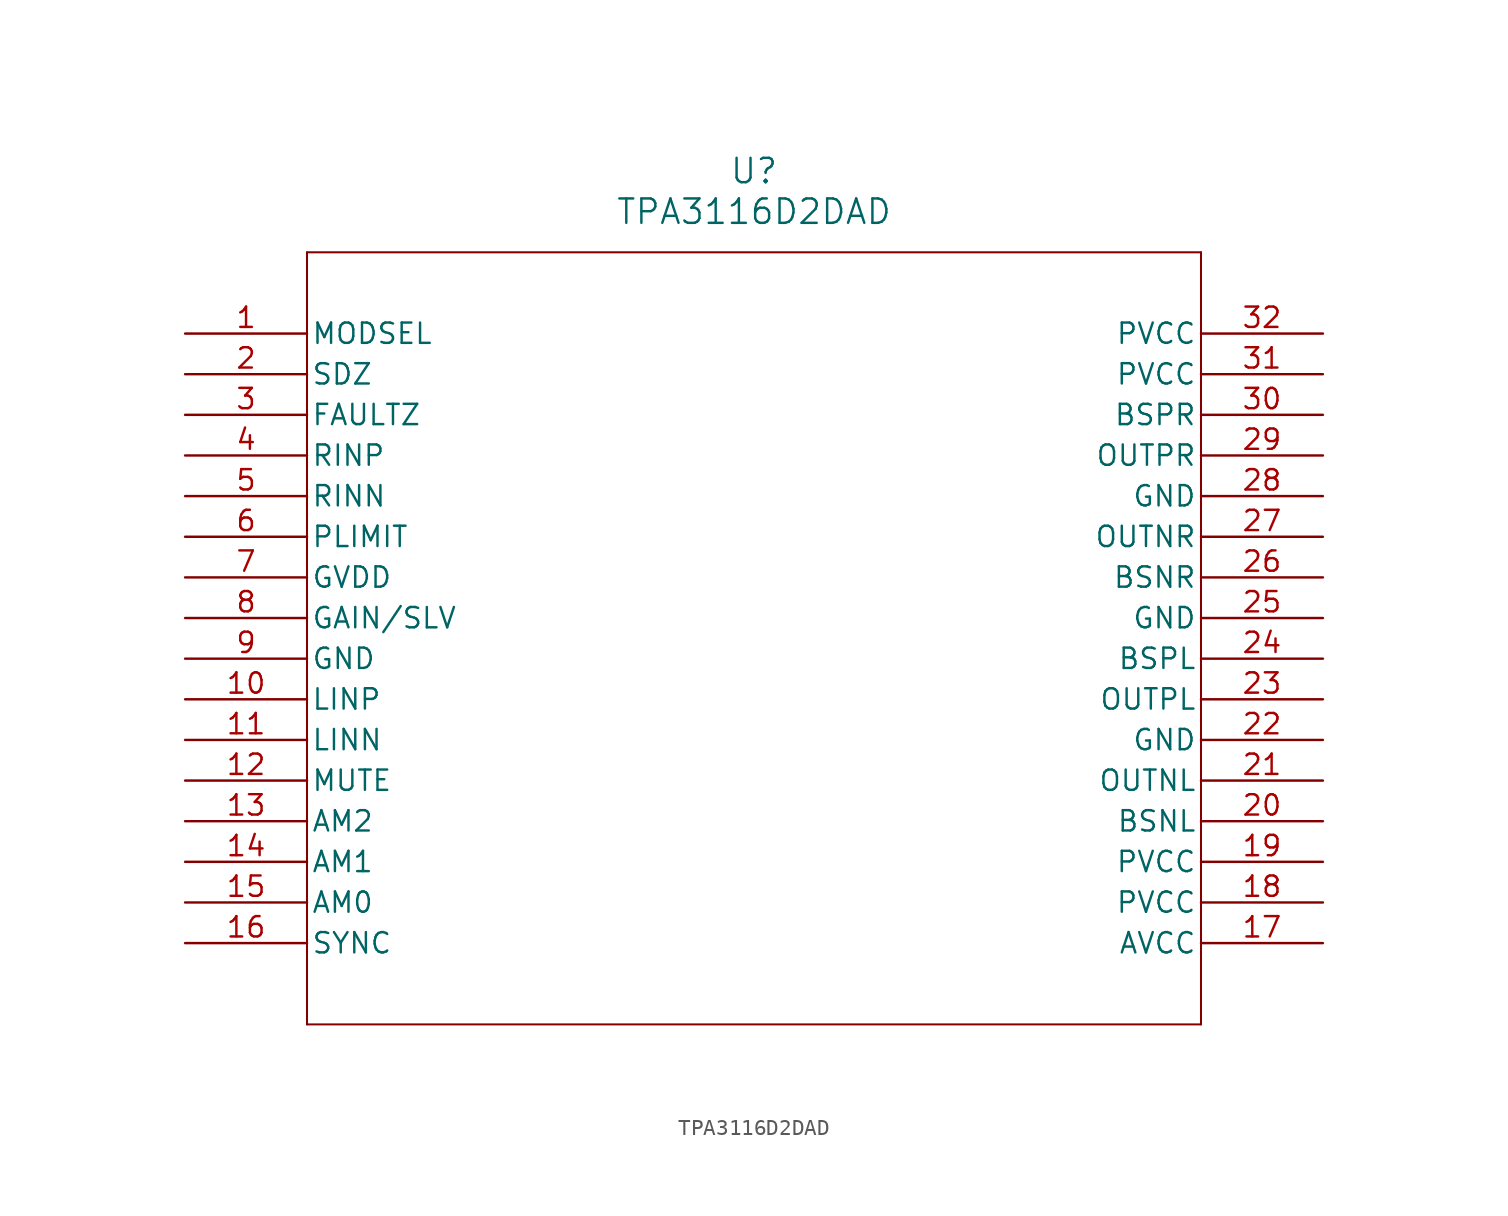
<source format=kicad_sym>
(kicad_symbol_lib
  (version 20211014)
  (generator kicad_symbol_editor)
  (symbol "TPA3116D2DAD"
    (pin_names
      (offset 0.254))
    (property "Reference" "U"
      (at 35.56 10.16 0)
      (effects (font (size 1.524 1.524))))
    (property "Value" "TPA3116D2DAD"
      (at 35.56 7.62 0)
      (effects (font (size 1.524 1.524))))
    (symbol "TPA3116D2DAD_0_1"
      (polyline (pts (xy 7.62 5.08) (xy 7.62 -43.18)) (stroke (width 0.127) (type default) (color 0 0 0 0)) (fill (type none)))
      (polyline (pts (xy 7.62 -43.18) (xy 63.5 -43.18)) (stroke (width 0.127) (type default) (color 0 0 0 0)) (fill (type none)))
      (polyline (pts (xy 63.5 -43.18) (xy 63.5 5.08)) (stroke (width 0.127) (type default) (color 0 0 0 0)) (fill (type none)))
      (polyline (pts (xy 63.5 5.08) (xy 7.62 5.08)) (stroke (width 0.127) (type default) (color 0 0 0 0)) (fill (type none)))
      (pin input line (at 0 0 0) (length 7.62) (name "MODSEL" (effects (font (size 1.27 1.27)))) (number "1" (effects (font (size 1.27 1.27)))))
      (pin input line (at 0 -2.54 0) (length 7.62) (name "SDZ" (effects (font (size 1.27 1.27)))) (number "2" (effects (font (size 1.27 1.27)))))
      (pin output line (at 0 -5.08 0) (length 7.62) (name "FAULTZ" (effects (font (size 1.27 1.27)))) (number "3" (effects (font (size 1.27 1.27)))))
      (pin input line (at 0 -7.62 0) (length 7.62) (name "RINP" (effects (font (size 1.27 1.27)))) (number "4" (effects (font (size 1.27 1.27)))))
      (pin input line (at 0 -10.16 0) (length 7.62) (name "RINN" (effects (font (size 1.27 1.27)))) (number "5" (effects (font (size 1.27 1.27)))))
      (pin input line (at 0 -12.7 0) (length 7.62) (name "PLIMIT" (effects (font (size 1.27 1.27)))) (number "6" (effects (font (size 1.27 1.27)))))
      (pin power_in line (at 0 -15.24 0) (length 7.62) (name "GVDD" (effects (font (size 1.27 1.27)))) (number "7" (effects (font (size 1.27 1.27)))))
      (pin input line (at 0 -17.78 0) (length 7.62) (name "GAIN/SLV" (effects (font (size 1.27 1.27)))) (number "8" (effects (font (size 1.27 1.27)))))
      (pin power_in line (at 0 -20.32 0) (length 7.62) (name "GND" (effects (font (size 1.27 1.27)))) (number "9" (effects (font (size 1.27 1.27)))))
      (pin input line (at 0 -22.86 0) (length 7.62) (name "LINP" (effects (font (size 1.27 1.27)))) (number "10" (effects (font (size 1.27 1.27)))))
      (pin input line (at 0 -25.4 0) (length 7.62) (name "LINN" (effects (font (size 1.27 1.27)))) (number "11" (effects (font (size 1.27 1.27)))))
      (pin input line (at 0 -27.94 0) (length 7.62) (name "MUTE" (effects (font (size 1.27 1.27)))) (number "12" (effects (font (size 1.27 1.27)))))
      (pin input line (at 0 -30.48 0) (length 7.62) (name "AM2" (effects (font (size 1.27 1.27)))) (number "13" (effects (font (size 1.27 1.27)))))
      (pin input line (at 0 -33.02 0) (length 7.62) (name "AM1" (effects (font (size 1.27 1.27)))) (number "14" (effects (font (size 1.27 1.27)))))
      (pin input line (at 0 -35.56 0) (length 7.62) (name "AM0" (effects (font (size 1.27 1.27)))) (number "15" (effects (font (size 1.27 1.27)))))
      (pin bidirectional line (at 0 -38.1 0) (length 7.62) (name "SYNC" (effects (font (size 1.27 1.27)))) (number "16" (effects (font (size 1.27 1.27)))))
      (pin power_in line (at 71.12 -38.1 180) (length 7.62) (name "AVCC" (effects (font (size 1.27 1.27)))) (number "17" (effects (font (size 1.27 1.27)))))
      (pin power_in line (at 71.12 -35.56 180) (length 7.62) (name "PVCC" (effects (font (size 1.27 1.27)))) (number "18" (effects (font (size 1.27 1.27)))))
      (pin power_in line (at 71.12 -33.02 180) (length 7.62) (name "PVCC" (effects (font (size 1.27 1.27)))) (number "19" (effects (font (size 1.27 1.27)))))
      (pin unspecified line (at 71.12 -30.48 180) (length 7.62) (name "BSNL" (effects (font (size 1.27 1.27)))) (number "20" (effects (font (size 1.27 1.27)))))
      (pin output line (at 71.12 -27.94 180) (length 7.62) (name "OUTNL" (effects (font (size 1.27 1.27)))) (number "21" (effects (font (size 1.27 1.27)))))
      (pin power_in line (at 71.12 -25.4 180) (length 7.62) (name "GND" (effects (font (size 1.27 1.27)))) (number "22" (effects (font (size 1.27 1.27)))))
      (pin output line (at 71.12 -22.86 180) (length 7.62) (name "OUTPL" (effects (font (size 1.27 1.27)))) (number "23" (effects (font (size 1.27 1.27)))))
      (pin unspecified line (at 71.12 -20.32 180) (length 7.62) (name "BSPL" (effects (font (size 1.27 1.27)))) (number "24" (effects (font (size 1.27 1.27)))))
      (pin power_in line (at 71.12 -17.78 180) (length 7.62) (name "GND" (effects (font (size 1.27 1.27)))) (number "25" (effects (font (size 1.27 1.27)))))
      (pin unspecified line (at 71.12 -15.24 180) (length 7.62) (name "BSNR" (effects (font (size 1.27 1.27)))) (number "26" (effects (font (size 1.27 1.27)))))
      (pin output line (at 71.12 -12.7 180) (length 7.62) (name "OUTNR" (effects (font (size 1.27 1.27)))) (number "27" (effects (font (size 1.27 1.27)))))
      (pin power_in line (at 71.12 -10.16 180) (length 7.62) (name "GND" (effects (font (size 1.27 1.27)))) (number "28" (effects (font (size 1.27 1.27)))))
      (pin output line (at 71.12 -7.62 180) (length 7.62) (name "OUTPR" (effects (font (size 1.27 1.27)))) (number "29" (effects (font (size 1.27 1.27)))))
      (pin unspecified line (at 71.12 -5.08 180) (length 7.62) (name "BSPR" (effects (font (size 1.27 1.27)))) (number "30" (effects (font (size 1.27 1.27)))))
      (pin power_in line (at 71.12 -2.54 180) (length 7.62) (name "PVCC" (effects (font (size 1.27 1.27)))) (number "31" (effects (font (size 1.27 1.27)))))
      (pin power_in line (at 71.12 0 180) (length 7.62) (name "PVCC" (effects (font (size 1.27 1.27)))) (number "32" (effects (font (size 1.27 1.27))))))))
</source>
